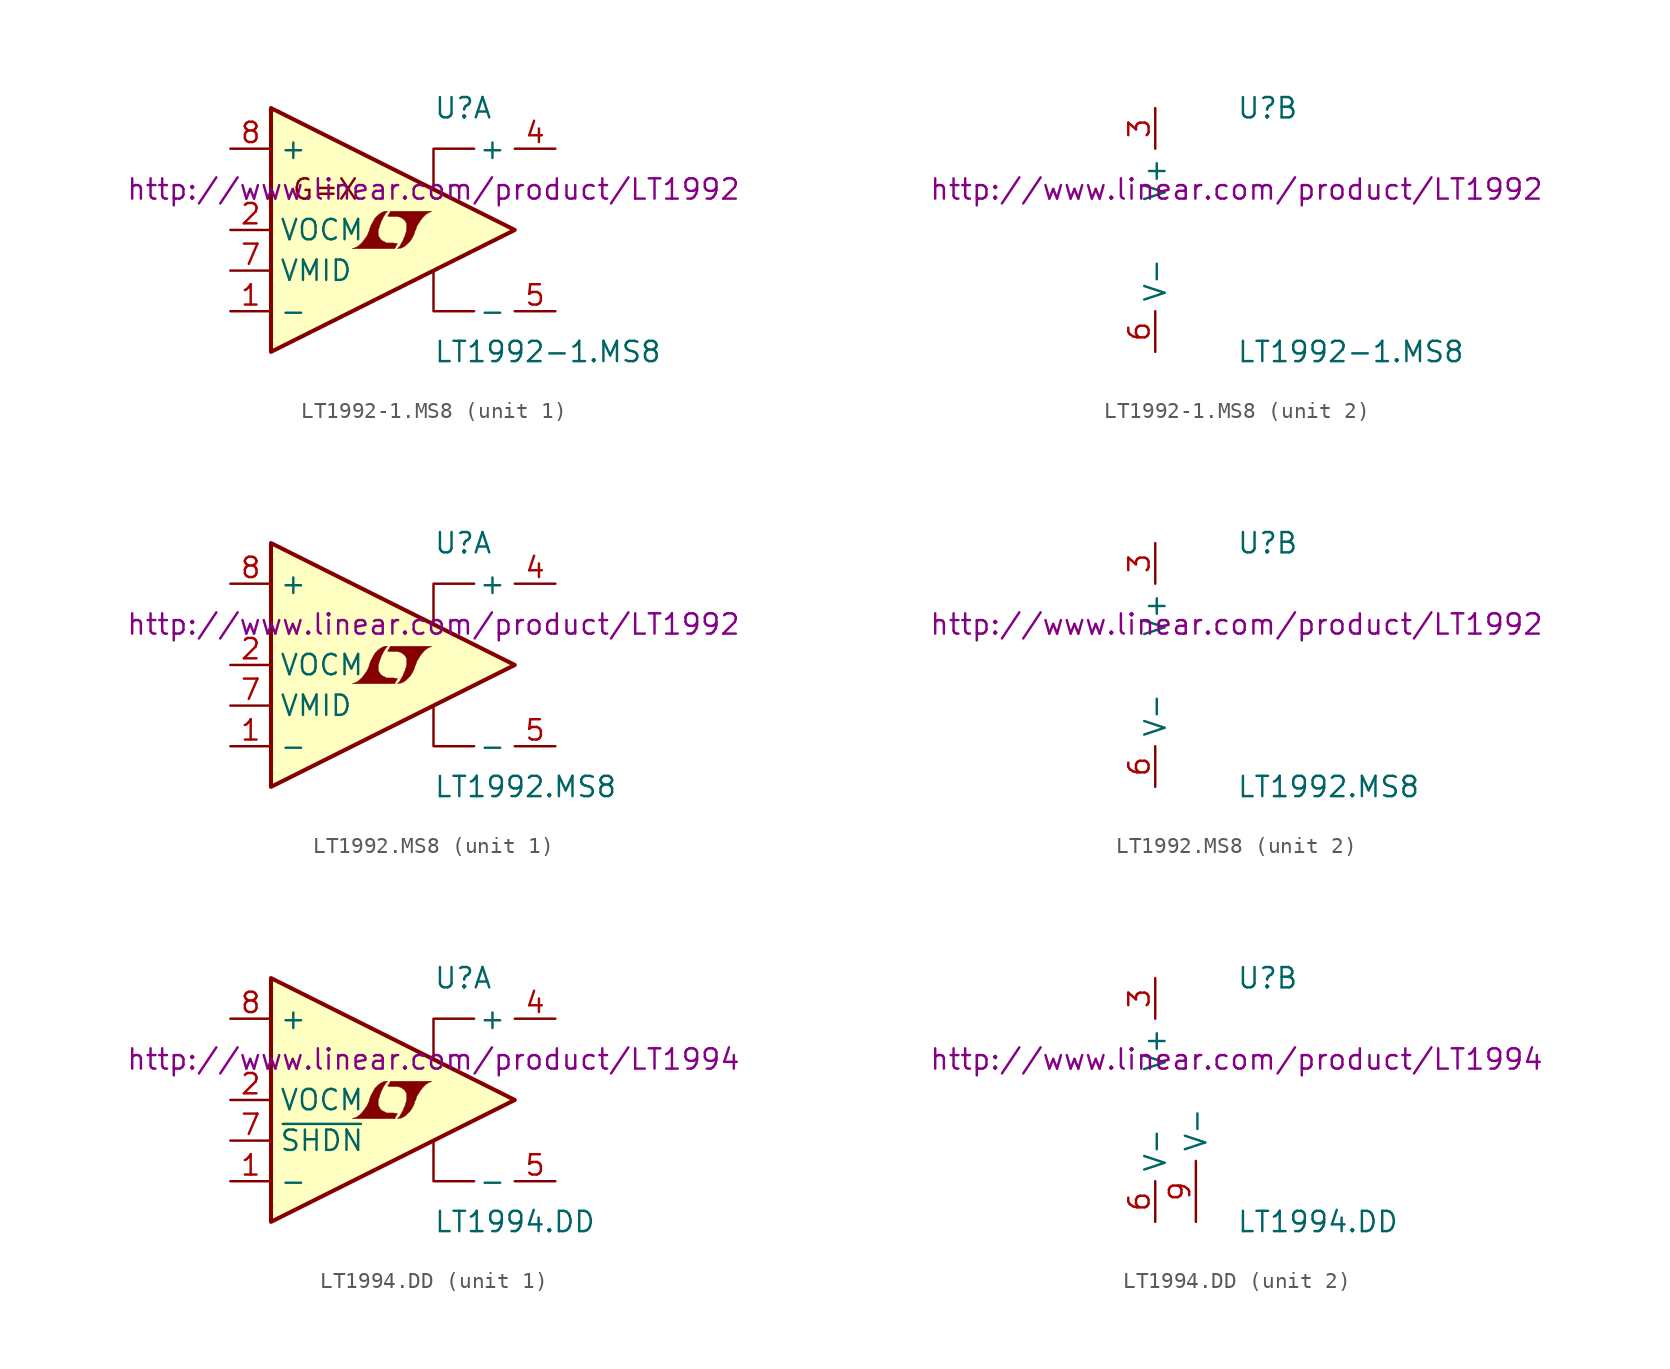
<source format=kicad_sym>
(kicad_symbol_lib
  (version 20201005)
  (generator kicad_symbol_editor)
  (symbol "LT1992-1.MS8"
    (property "Reference" "U"
      (at 5.08 7.62 0)
      (effects (font (size 1.27 1.27)) (justify left)))
    (property "Value" "LT1992-1.MS8"
      (at 5.08 -7.62 0)
      (effects (font (size 1.27 1.27)) (justify left)))
    (property "Datasheet" "http://www.linear.com/product/LT1992"
      (at 5.08 2.54 0)
      (effects (font (size 1.27 1.27))))
    (property "ki_locked" ""
      (at 0 0 0)
      (effects (font (size 1.27 1.27))))
    (symbol "LT1992-1.MS8_1_0"
      (polyline (pts (xy 2.743 -0.991) (xy 2.769 -0.965) (xy 2.819 -0.864) (xy 2.819 -0.838) (xy 2.692 -0.838) (xy 2.591 -0.813) (xy 2.134 -0.813) (xy 2.108 -0.787) (xy 1.854 -0.66) (xy 1.753 -0.559) (xy 1.676 -0.432) (xy 1.626 -0.33) (xy 1.626 -0.025) (xy 1.676 0.127) (xy 1.702 0.229) (xy 1.727 0.305) (xy 1.778 0.432) (xy 1.829 0.584) (xy 1.905 0.711) (xy 1.956 0.838) (xy 2.032 0.94) (xy 2.083 1.041) (xy 2.21 1.168) (xy 2.032 1.168) (xy 1.905 1.118) (xy 1.803 1.067) (xy 1.727 1.016) (xy 1.6 0.914) (xy 1.422 0.737) (xy 1.168 0.279) (xy 1.067 0) (xy 1.067 -0.051) (xy 1.016 -0.152) (xy 0.965 -0.279) (xy 0.914 -0.381) (xy 0.787 -0.559) (xy 0.635 -0.762) (xy 0.483 -0.914) (xy 0.33 -1.041) (xy 0.152 -1.118) (xy 0 -1.168) (xy 2.667 -1.168) (xy 2.743 -0.991)) (stroke (width 0.025)) (fill (type outline)))
      (polyline (pts (xy 2.946 -1.143) (xy 3.023 -1.143) (xy 3.2 -1.067) (xy 3.353 -0.965) (xy 3.632 -0.686) (xy 3.759 -0.483) (xy 3.861 -0.279) (xy 3.937 -0.025) (xy 3.962 -0.025) (xy 4.039 0.229) (xy 4.293 0.635) (xy 4.445 0.813) (xy 4.597 0.965) (xy 4.75 1.067) (xy 4.928 1.143) (xy 4.953 1.143) (xy 4.953 1.168) (xy 2.388 1.168) (xy 2.311 1.016) (xy 2.286 0.991) (xy 2.235 0.889) (xy 2.21 0.864) (xy 2.261 0.864) (xy 2.311 0.838) (xy 2.845 0.838) (xy 2.896 0.813) (xy 2.946 0.813) (xy 3.023 0.787) (xy 3.15 0.711) (xy 3.277 0.61) (xy 3.353 0.483) (xy 3.378 0.432) (xy 3.404 0.406) (xy 3.404 0) (xy 3.378 -0.051) (xy 3.378 -0.127) (xy 3.327 -0.229) (xy 3.302 -0.356) (xy 3.226 -0.508) (xy 3.175 -0.66) (xy 3.023 -0.914) (xy 2.972 -1.016) (xy 2.819 -1.168) (xy 2.946 -1.143)) (stroke (width 0.025)) (fill (type outline))))
    (symbol "LT1992-1.MS8_1_1"
      (text "G=X" (at -3.81 2.54 0) (effects (font (size 1.27 1.27)) (justify left)))
      (polyline (pts (xy 7.62 -5.08) (xy 5.08 -5.08) (xy 5.08 -2.54)) (stroke (width 0)) (fill (type none)))
      (polyline (pts (xy 7.62 5.08) (xy 5.08 5.08) (xy 5.08 2.54)) (stroke (width 0)) (fill (type none)))
      (polyline (pts (xy 10.16 0) (xy -5.08 7.62) (xy -5.08 -7.62) (xy 10.16 0)) (stroke (width 0.254)) (fill (type background)))
      (pin input line (at -7.62 -5.08 0) (length 2.54) (name "-" (effects (font (size 1.27 1.27)))) (number "1" (effects (font (size 1.27 1.27)))))
      (pin passive line (at -7.62 0 0) (length 2.54) (name "VOCM" (effects (font (size 1.27 1.27)))) (number "2" (effects (font (size 1.27 1.27)))))
      (pin output line (at 12.7 5.08 180) (length 2.54) (name "+" (effects (font (size 1.27 1.27)))) (number "4" (effects (font (size 1.27 1.27)))))
      (pin output line (at 12.7 -5.08 180) (length 2.54) (name "-" (effects (font (size 1.27 1.27)))) (number "5" (effects (font (size 1.27 1.27)))))
      (pin input line (at -7.62 -2.54 0) (length 2.54) (name "VMID" (effects (font (size 1.27 1.27)))) (number "7" (effects (font (size 1.27 1.27)))))
      (pin input line (at -7.62 5.08 0) (length 2.54) (name "+" (effects (font (size 1.27 1.27)))) (number "8" (effects (font (size 1.27 1.27))))))
    (symbol "LT1992-1.MS8_2_1"
      (pin power_in line (at 0 7.62 270) (length 2.54) (name "V+" (effects (font (size 1.27 1.27)))) (number "3" (effects (font (size 1.27 1.27)))))
      (pin power_in line (at 0 -7.62 90) (length 2.54) (name "V-" (effects (font (size 1.27 1.27)))) (number "6" (effects (font (size 1.27 1.27)))))))
  (symbol "LT1992.MS8"
    (property "Reference" "U"
      (at 5.08 7.62 0)
      (effects (font (size 1.27 1.27)) (justify left)))
    (property "Value" "LT1992.MS8"
      (at 5.08 -7.62 0)
      (effects (font (size 1.27 1.27)) (justify left)))
    (property "Datasheet" "http://www.linear.com/product/LT1992"
      (at 5.08 2.54 0)
      (effects (font (size 1.27 1.27))))
    (property "ki_locked" ""
      (at 0 0 0)
      (effects (font (size 1.27 1.27))))
    (symbol "LT1992.MS8_1_0"
      (polyline (pts (xy 2.743 -0.991) (xy 2.769 -0.965) (xy 2.819 -0.864) (xy 2.819 -0.838) (xy 2.692 -0.838) (xy 2.591 -0.813) (xy 2.134 -0.813) (xy 2.108 -0.787) (xy 1.854 -0.66) (xy 1.753 -0.559) (xy 1.676 -0.432) (xy 1.626 -0.33) (xy 1.626 -0.025) (xy 1.676 0.127) (xy 1.702 0.229) (xy 1.727 0.305) (xy 1.778 0.432) (xy 1.829 0.584) (xy 1.905 0.711) (xy 1.956 0.838) (xy 2.032 0.94) (xy 2.083 1.041) (xy 2.21 1.168) (xy 2.032 1.168) (xy 1.905 1.118) (xy 1.803 1.067) (xy 1.727 1.016) (xy 1.6 0.914) (xy 1.422 0.737) (xy 1.168 0.279) (xy 1.067 0) (xy 1.067 -0.051) (xy 1.016 -0.152) (xy 0.965 -0.279) (xy 0.914 -0.381) (xy 0.787 -0.559) (xy 0.635 -0.762) (xy 0.483 -0.914) (xy 0.33 -1.041) (xy 0.152 -1.118) (xy 0 -1.168) (xy 2.667 -1.168) (xy 2.743 -0.991)) (stroke (width 0.025)) (fill (type outline)))
      (polyline (pts (xy 2.946 -1.143) (xy 3.023 -1.143) (xy 3.2 -1.067) (xy 3.353 -0.965) (xy 3.632 -0.686) (xy 3.759 -0.483) (xy 3.861 -0.279) (xy 3.937 -0.025) (xy 3.962 -0.025) (xy 4.039 0.229) (xy 4.293 0.635) (xy 4.445 0.813) (xy 4.597 0.965) (xy 4.75 1.067) (xy 4.928 1.143) (xy 4.953 1.143) (xy 4.953 1.168) (xy 2.388 1.168) (xy 2.311 1.016) (xy 2.286 0.991) (xy 2.235 0.889) (xy 2.21 0.864) (xy 2.261 0.864) (xy 2.311 0.838) (xy 2.845 0.838) (xy 2.896 0.813) (xy 2.946 0.813) (xy 3.023 0.787) (xy 3.15 0.711) (xy 3.277 0.61) (xy 3.353 0.483) (xy 3.378 0.432) (xy 3.404 0.406) (xy 3.404 0) (xy 3.378 -0.051) (xy 3.378 -0.127) (xy 3.327 -0.229) (xy 3.302 -0.356) (xy 3.226 -0.508) (xy 3.175 -0.66) (xy 3.023 -0.914) (xy 2.972 -1.016) (xy 2.819 -1.168) (xy 2.946 -1.143)) (stroke (width 0.025)) (fill (type outline))))
    (symbol "LT1992.MS8_1_1"
      (polyline (pts (xy 7.62 -5.08) (xy 5.08 -5.08) (xy 5.08 -2.54)) (stroke (width 0)) (fill (type none)))
      (polyline (pts (xy 7.62 5.08) (xy 5.08 5.08) (xy 5.08 2.54)) (stroke (width 0)) (fill (type none)))
      (polyline (pts (xy 10.16 0) (xy -5.08 7.62) (xy -5.08 -7.62) (xy 10.16 0)) (stroke (width 0.254)) (fill (type background)))
      (pin input line (at -7.62 -5.08 0) (length 2.54) (name "-" (effects (font (size 1.27 1.27)))) (number "1" (effects (font (size 1.27 1.27)))))
      (pin passive line (at -7.62 0 0) (length 2.54) (name "VOCM" (effects (font (size 1.27 1.27)))) (number "2" (effects (font (size 1.27 1.27)))))
      (pin output line (at 12.7 5.08 180) (length 2.54) (name "+" (effects (font (size 1.27 1.27)))) (number "4" (effects (font (size 1.27 1.27)))))
      (pin output line (at 12.7 -5.08 180) (length 2.54) (name "-" (effects (font (size 1.27 1.27)))) (number "5" (effects (font (size 1.27 1.27)))))
      (pin input line (at -7.62 -2.54 0) (length 2.54) (name "VMID" (effects (font (size 1.27 1.27)))) (number "7" (effects (font (size 1.27 1.27)))))
      (pin input line (at -7.62 5.08 0) (length 2.54) (name "+" (effects (font (size 1.27 1.27)))) (number "8" (effects (font (size 1.27 1.27))))))
    (symbol "LT1992.MS8_2_1"
      (pin power_in line (at 0 7.62 270) (length 2.54) (name "V+" (effects (font (size 1.27 1.27)))) (number "3" (effects (font (size 1.27 1.27)))))
      (pin power_in line (at 0 -7.62 90) (length 2.54) (name "V-" (effects (font (size 1.27 1.27)))) (number "6" (effects (font (size 1.27 1.27)))))))
  (symbol "LT1994.DD"
    (property "Reference" "U"
      (at 5.08 7.62 0)
      (effects (font (size 1.27 1.27)) (justify left)))
    (property "Value" "LT1994.DD"
      (at 5.08 -7.62 0)
      (effects (font (size 1.27 1.27)) (justify left)))
    (property "Datasheet" "http://www.linear.com/product/LT1994"
      (at 5.08 2.54 0)
      (effects (font (size 1.27 1.27))))
    (property "ki_locked" ""
      (at 0 0 0)
      (effects (font (size 1.27 1.27))))
    (symbol "LT1994.DD_1_0"
      (polyline (pts (xy 2.743 -0.991) (xy 2.769 -0.965) (xy 2.819 -0.864) (xy 2.819 -0.838) (xy 2.692 -0.838) (xy 2.591 -0.813) (xy 2.134 -0.813) (xy 2.108 -0.787) (xy 1.854 -0.66) (xy 1.753 -0.559) (xy 1.676 -0.432) (xy 1.626 -0.33) (xy 1.626 -0.025) (xy 1.676 0.127) (xy 1.702 0.229) (xy 1.727 0.305) (xy 1.778 0.432) (xy 1.829 0.584) (xy 1.905 0.711) (xy 1.956 0.838) (xy 2.032 0.94) (xy 2.083 1.041) (xy 2.21 1.168) (xy 2.032 1.168) (xy 1.905 1.118) (xy 1.803 1.067) (xy 1.727 1.016) (xy 1.6 0.914) (xy 1.422 0.737) (xy 1.168 0.279) (xy 1.067 0) (xy 1.067 -0.051) (xy 1.016 -0.152) (xy 0.965 -0.279) (xy 0.914 -0.381) (xy 0.787 -0.559) (xy 0.635 -0.762) (xy 0.483 -0.914) (xy 0.33 -1.041) (xy 0.152 -1.118) (xy 0 -1.168) (xy 2.667 -1.168) (xy 2.743 -0.991)) (stroke (width 0.025)) (fill (type outline)))
      (polyline (pts (xy 2.946 -1.143) (xy 3.023 -1.143) (xy 3.2 -1.067) (xy 3.353 -0.965) (xy 3.632 -0.686) (xy 3.759 -0.483) (xy 3.861 -0.279) (xy 3.937 -0.025) (xy 3.962 -0.025) (xy 4.039 0.229) (xy 4.293 0.635) (xy 4.445 0.813) (xy 4.597 0.965) (xy 4.75 1.067) (xy 4.928 1.143) (xy 4.953 1.143) (xy 4.953 1.168) (xy 2.388 1.168) (xy 2.311 1.016) (xy 2.286 0.991) (xy 2.235 0.889) (xy 2.21 0.864) (xy 2.261 0.864) (xy 2.311 0.838) (xy 2.845 0.838) (xy 2.896 0.813) (xy 2.946 0.813) (xy 3.023 0.787) (xy 3.15 0.711) (xy 3.277 0.61) (xy 3.353 0.483) (xy 3.378 0.432) (xy 3.404 0.406) (xy 3.404 0) (xy 3.378 -0.051) (xy 3.378 -0.127) (xy 3.327 -0.229) (xy 3.302 -0.356) (xy 3.226 -0.508) (xy 3.175 -0.66) (xy 3.023 -0.914) (xy 2.972 -1.016) (xy 2.819 -1.168) (xy 2.946 -1.143)) (stroke (width 0.025)) (fill (type outline))))
    (symbol "LT1994.DD_1_1"
      (polyline (pts (xy 7.62 -5.08) (xy 5.08 -5.08) (xy 5.08 -2.54)) (stroke (width 0)) (fill (type none)))
      (polyline (pts (xy 7.62 5.08) (xy 5.08 5.08) (xy 5.08 2.54)) (stroke (width 0)) (fill (type none)))
      (polyline (pts (xy 10.16 0) (xy -5.08 7.62) (xy -5.08 -7.62) (xy 10.16 0)) (stroke (width 0.254)) (fill (type background)))
      (pin input line (at -7.62 -5.08 0) (length 2.54) (name "-" (effects (font (size 1.27 1.27)))) (number "1" (effects (font (size 1.27 1.27)))))
      (pin passive line (at -7.62 0 0) (length 2.54) (name "VOCM" (effects (font (size 1.27 1.27)))) (number "2" (effects (font (size 1.27 1.27)))))
      (pin output line (at 12.7 5.08 180) (length 2.54) (name "+" (effects (font (size 1.27 1.27)))) (number "4" (effects (font (size 1.27 1.27)))))
      (pin output line (at 12.7 -5.08 180) (length 2.54) (name "-" (effects (font (size 1.27 1.27)))) (number "5" (effects (font (size 1.27 1.27)))))
      (pin input line (at -7.62 -2.54 0) (length 2.54) (name "~SHDN~" (effects (font (size 1.27 1.27)))) (number "7" (effects (font (size 1.27 1.27)))))
      (pin input line (at -7.62 5.08 0) (length 2.54) (name "+" (effects (font (size 1.27 1.27)))) (number "8" (effects (font (size 1.27 1.27))))))
    (symbol "LT1994.DD_2_1"
      (pin power_in line (at 0 7.62 270) (length 2.54) (name "V+" (effects (font (size 1.27 1.27)))) (number "3" (effects (font (size 1.27 1.27)))))
      (pin power_in line (at 0 -7.62 90) (length 2.54) (name "V-" (effects (font (size 1.27 1.27)))) (number "6" (effects (font (size 1.27 1.27)))))
      (pin power_in line (at 2.54 -7.62 90) (length 3.81) (name "V-" (effects (font (size 1.27 1.27)))) (number "9" (effects (font (size 1.27 1.27))))))))
</source>
